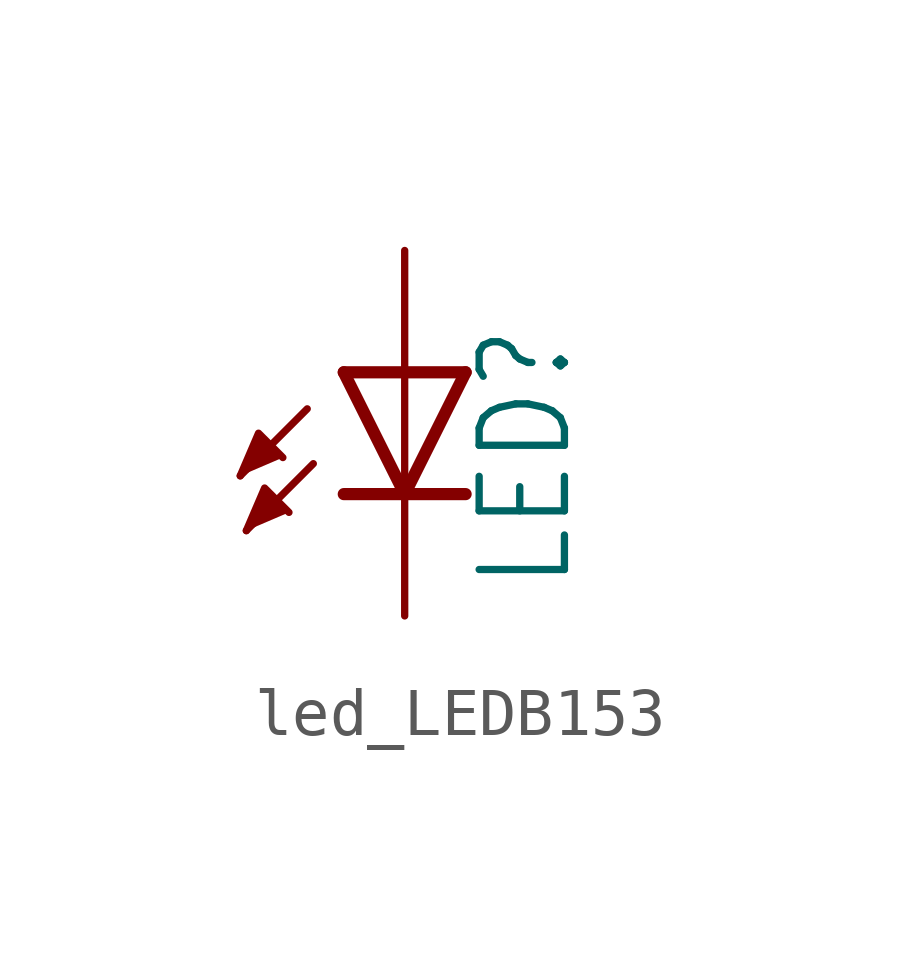
<source format=kicad_sym>
(kicad_symbol_lib
  (version 20231120)
  (generator "kicad_symbol_editor")
  (generator_version "8.0")
  (symbol "led_LEDB153"
    (property "Reference" "LED"
      (at 3.556 -4.572 90)
      (effects (font (size 1.778 1.511)) (justify left bottom)))
    (property "Value" ""
      (at 5.715 -4.572 90)
      (effects (font (size 1.778 1.511)) (justify left bottom)))
    (property "ki_locked" ""
      (at 0 0 0)
      (effects (font (size 1.27 1.27))))
    (symbol "led_LEDB153_1_0"
      (polyline (pts (xy -2.032 -0.762) (xy -3.429 -2.159)) (stroke (width 0.152) (type solid)) (fill (type none)))
      (polyline (pts (xy -1.905 -1.905) (xy -3.302 -3.302)) (stroke (width 0.152) (type solid)) (fill (type none)))
      (polyline (pts (xy 0 -2.54) (xy -1.27 -2.54)) (stroke (width 0.254) (type solid)) (fill (type none)))
      (polyline (pts (xy 0 -2.54) (xy -1.27 0)) (stroke (width 0.254) (type solid)) (fill (type none)))
      (polyline (pts (xy 0 0) (xy -1.27 0)) (stroke (width 0.254) (type solid)) (fill (type none)))
      (polyline (pts (xy 0 0) (xy 0 -2.54)) (stroke (width 0.152) (type solid)) (fill (type none)))
      (polyline (pts (xy 1.27 -2.54) (xy 0 -2.54)) (stroke (width 0.254) (type solid)) (fill (type none)))
      (polyline (pts (xy 1.27 0) (xy 0 -2.54)) (stroke (width 0.254) (type solid)) (fill (type none)))
      (polyline (pts (xy 1.27 0) (xy 0 0)) (stroke (width 0.254) (type solid)) (fill (type none)))
      (polyline (pts (xy -3.429 -2.159) (xy -3.048 -1.27) (xy -2.54 -1.778)) (stroke (width 0.152) (type solid)) (fill (type outline)))
      (polyline (pts (xy -3.302 -3.302) (xy -2.921 -2.413) (xy -2.413 -2.921)) (stroke (width 0.152) (type solid)) (fill (type outline)))
      (pin passive line (at 0 2.54 270) (length 2.54) (name "A" (effects (font (size 0 0)))) (number "A" (effects (font (size 0 0)))))
      (pin passive line (at 0 -5.08 90) (length 2.54) (name "C" (effects (font (size 0 0)))) (number "K" (effects (font (size 0 0))))))))
</source>
